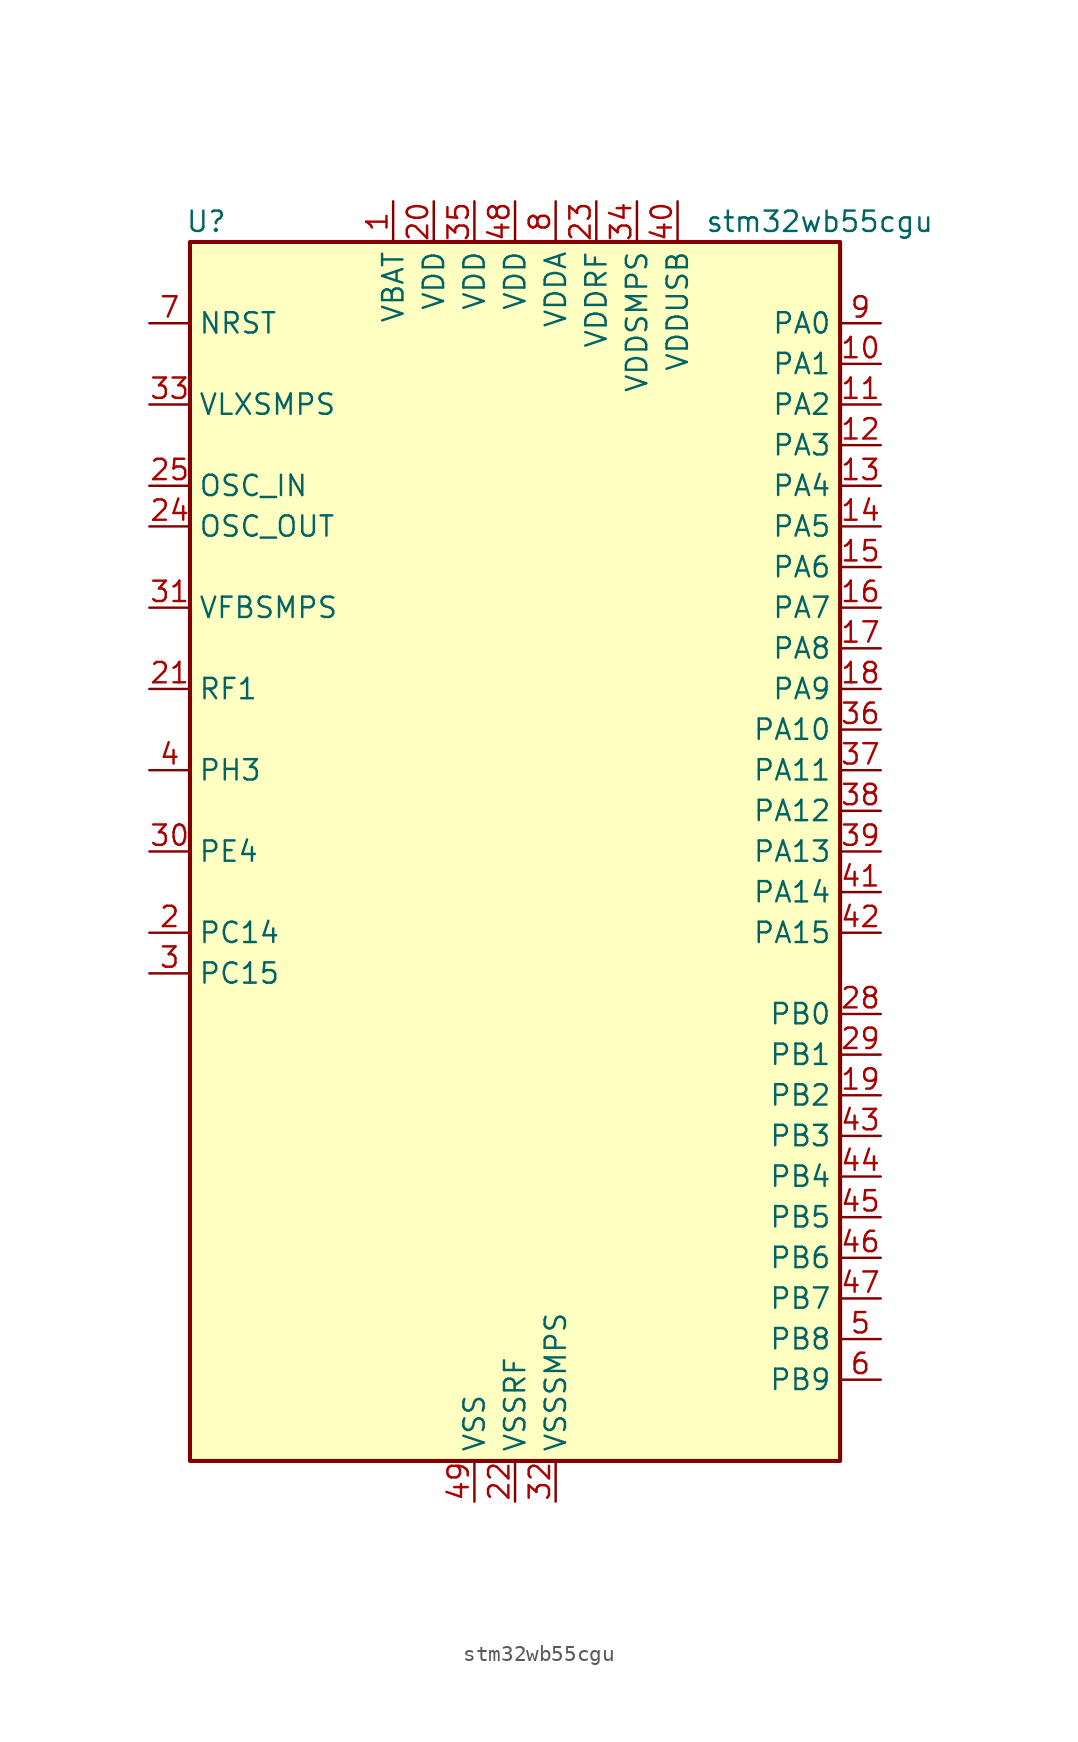
<source format=kicad_sym>
(kicad_symbol_lib
  (version 20241209)
  (generator "kicad_symbol_editor")
  (generator_version "9.0")
  (symbol "stm32wb55cgu"
    (property "Reference" "U"
      (at -19.304 39.37 0)
      (effects (font (size 1.27 1.27))))
    (property "Value" "stm32wb55cgu"
      (at 19.05 39.37 0)
      (effects (font (size 1.27 1.27))))
    (symbol "stm32wb55cgu_0_1"
      (rectangle (start -20.32 38.1) (end 20.32 -38.1) (stroke (width 0.254) (type default)) (fill (type background))))
    (symbol "stm32wb55cgu_1_1"
      (pin input line (at -22.86 33.02 0) (length 2.54) (name "NRST" (effects (font (size 1.27 1.27)))) (number "7" (effects (font (size 1.27 1.27)))))
      (pin power_in line (at -22.86 27.94 0) (length 2.54) (name "VLXSMPS" (effects (font (size 1.27 1.27)))) (number "33" (effects (font (size 1.27 1.27)))))
      (pin input line (at -22.86 22.86 0) (length 2.54) (name "OSC_IN" (effects (font (size 1.27 1.27)))) (number "25" (effects (font (size 1.27 1.27)))) (alternate "RCC_OSC_IN" bidirectional line))
      (pin input line (at -22.86 20.32 0) (length 2.54) (name "OSC_OUT" (effects (font (size 1.27 1.27)))) (number "24" (effects (font (size 1.27 1.27)))) (alternate "RCC_OSC_OUT" bidirectional line))
      (pin input line (at -22.86 15.24 0) (length 2.54) (name "VFBSMPS" (effects (font (size 1.27 1.27)))) (number "31" (effects (font (size 1.27 1.27)))))
      (pin bidirectional line (at -22.86 10.16 0) (length 2.54) (name "RF1" (effects (font (size 1.27 1.27)))) (number "21" (effects (font (size 1.27 1.27)))) (alternate "RF_RF1" bidirectional line))
      (pin bidirectional line (at -22.86 5.08 0) (length 2.54) (name "PH3" (effects (font (size 1.27 1.27)))) (number "4" (effects (font (size 1.27 1.27)))) (alternate "RCC_LSCO" bidirectional line))
      (pin bidirectional line (at -22.86 0 0) (length 2.54) (name "PE4" (effects (font (size 1.27 1.27)))) (number "30" (effects (font (size 1.27 1.27)))))
      (pin bidirectional line (at -22.86 -5.08 0) (length 2.54) (name "PC14" (effects (font (size 1.27 1.27)))) (number "2" (effects (font (size 1.27 1.27)))) (alternate "RCC_OSC32_IN" bidirectional line))
      (pin bidirectional line (at -22.86 -7.62 0) (length 2.54) (name "PC15" (effects (font (size 1.27 1.27)))) (number "3" (effects (font (size 1.27 1.27)))) (alternate "ADC1_EXTI15" bidirectional line) (alternate "RCC_OSC32_OUT" bidirectional line))
      (pin no_connect line (at -22.86 -33.02 0) (length 2.54) (hide yes) (name "AT1" (effects (font (size 1.27 1.27)))) (number "27" (effects (font (size 1.27 1.27)))))
      (pin no_connect line (at -22.86 -35.56 0) (length 2.54) (hide yes) (name "AT0" (effects (font (size 1.27 1.27)))) (number "26" (effects (font (size 1.27 1.27)))))
      (pin power_in line (at -7.62 40.64 270) (length 2.54) (name "VBAT" (effects (font (size 1.27 1.27)))) (number "1" (effects (font (size 1.27 1.27)))))
      (pin power_in line (at -5.08 40.64 270) (length 2.54) (name "VDD" (effects (font (size 1.27 1.27)))) (number "20" (effects (font (size 1.27 1.27)))))
      (pin power_in line (at -2.54 40.64 270) (length 2.54) (name "VDD" (effects (font (size 1.27 1.27)))) (number "35" (effects (font (size 1.27 1.27)))))
      (pin power_in line (at -2.54 -40.64 90) (length 2.54) (name "VSS" (effects (font (size 1.27 1.27)))) (number "49" (effects (font (size 1.27 1.27)))))
      (pin power_in line (at 0 40.64 270) (length 2.54) (name "VDD" (effects (font (size 1.27 1.27)))) (number "48" (effects (font (size 1.27 1.27)))))
      (pin power_in line (at 0 -40.64 90) (length 2.54) (name "VSSRF" (effects (font (size 1.27 1.27)))) (number "22" (effects (font (size 1.27 1.27)))))
      (pin power_in line (at 2.54 40.64 270) (length 2.54) (name "VDDA" (effects (font (size 1.27 1.27)))) (number "8" (effects (font (size 1.27 1.27)))))
      (pin power_in line (at 2.54 -40.64 90) (length 2.54) (name "VSSSMPS" (effects (font (size 1.27 1.27)))) (number "32" (effects (font (size 1.27 1.27)))))
      (pin power_in line (at 5.08 40.64 270) (length 2.54) (name "VDDRF" (effects (font (size 1.27 1.27)))) (number "23" (effects (font (size 1.27 1.27)))))
      (pin power_in line (at 7.62 40.64 270) (length 2.54) (name "VDDSMPS" (effects (font (size 1.27 1.27)))) (number "34" (effects (font (size 1.27 1.27)))))
      (pin power_in line (at 10.16 40.64 270) (length 2.54) (name "VDDUSB" (effects (font (size 1.27 1.27)))) (number "40" (effects (font (size 1.27 1.27)))))
      (pin bidirectional line (at 22.86 33.02 180) (length 2.54) (name "PA0" (effects (font (size 1.27 1.27)))) (number "9" (effects (font (size 1.27 1.27)))) (alternate "ADC1_IN5" bidirectional line) (alternate "COMP1_INM" bidirectional line) (alternate "COMP1_OUT" bidirectional line) (alternate "RTC_TAMP2" bidirectional line) (alternate "SAI1_EXTCLK" bidirectional line) (alternate "SYS_WKUP1" bidirectional line) (alternate "TIM2_CH1" bidirectional line) (alternate "TIM2_ETR" bidirectional line))
      (pin bidirectional line (at 22.86 30.48 180) (length 2.54) (name "PA1" (effects (font (size 1.27 1.27)))) (number "10" (effects (font (size 1.27 1.27)))) (alternate "ADC1_IN6" bidirectional line) (alternate "COMP1_INP" bidirectional line) (alternate "I2C1_SMBA" bidirectional line) (alternate "LCD_SEG0" bidirectional line) (alternate "SPI1_SCK" bidirectional line) (alternate "TIM2_CH2" bidirectional line))
      (pin bidirectional line (at 22.86 27.94 180) (length 2.54) (name "PA2" (effects (font (size 1.27 1.27)))) (number "11" (effects (font (size 1.27 1.27)))) (alternate "ADC1_IN7" bidirectional line) (alternate "COMP2_INM" bidirectional line) (alternate "COMP2_OUT" bidirectional line) (alternate "LCD_SEG1" bidirectional line) (alternate "LPUART1_TX" bidirectional line) (alternate "QUADSPI_BK1_NCS" bidirectional line) (alternate "RCC_LSCO" bidirectional line) (alternate "SYS_WKUP4" bidirectional line) (alternate "TIM2_CH3" bidirectional line))
      (pin bidirectional line (at 22.86 25.4 180) (length 2.54) (name "PA3" (effects (font (size 1.27 1.27)))) (number "12" (effects (font (size 1.27 1.27)))) (alternate "ADC1_IN8" bidirectional line) (alternate "COMP2_INP" bidirectional line) (alternate "LCD_SEG2" bidirectional line) (alternate "LPUART1_RX" bidirectional line) (alternate "QUADSPI_CLK" bidirectional line) (alternate "SAI1_CK1" bidirectional line) (alternate "SAI1_MCLK_A" bidirectional line) (alternate "TIM2_CH4" bidirectional line))
      (pin bidirectional line (at 22.86 22.86 180) (length 2.54) (name "PA4" (effects (font (size 1.27 1.27)))) (number "13" (effects (font (size 1.27 1.27)))) (alternate "ADC1_IN9" bidirectional line) (alternate "COMP1_INM" bidirectional line) (alternate "COMP2_INM" bidirectional line) (alternate "LCD_SEG5" bidirectional line) (alternate "LPTIM2_OUT" bidirectional line) (alternate "SAI1_FS_B" bidirectional line) (alternate "SPI1_NSS" bidirectional line))
      (pin bidirectional line (at 22.86 20.32 180) (length 2.54) (name "PA5" (effects (font (size 1.27 1.27)))) (number "14" (effects (font (size 1.27 1.27)))) (alternate "ADC1_IN10" bidirectional line) (alternate "COMP1_INM" bidirectional line) (alternate "COMP2_INM" bidirectional line) (alternate "LPTIM2_ETR" bidirectional line) (alternate "SAI1_SD_B" bidirectional line) (alternate "SPI1_SCK" bidirectional line) (alternate "TIM2_CH1" bidirectional line) (alternate "TIM2_ETR" bidirectional line))
      (pin bidirectional line (at 22.86 17.78 180) (length 2.54) (name "PA6" (effects (font (size 1.27 1.27)))) (number "15" (effects (font (size 1.27 1.27)))) (alternate "ADC1_IN11" bidirectional line) (alternate "LCD_SEG3" bidirectional line) (alternate "LPUART1_CTS" bidirectional line) (alternate "QUADSPI_BK1_IO3" bidirectional line) (alternate "SPI1_MISO" bidirectional line) (alternate "TIM16_CH1" bidirectional line) (alternate "TIM1_BKIN" bidirectional line))
      (pin bidirectional line (at 22.86 15.24 180) (length 2.54) (name "PA7" (effects (font (size 1.27 1.27)))) (number "16" (effects (font (size 1.27 1.27)))) (alternate "ADC1_IN12" bidirectional line) (alternate "COMP2_OUT" bidirectional line) (alternate "I2C3_SCL" bidirectional line) (alternate "LCD_SEG4" bidirectional line) (alternate "QUADSPI_BK1_IO2" bidirectional line) (alternate "SPI1_MOSI" bidirectional line) (alternate "TIM17_CH1" bidirectional line) (alternate "TIM1_CH1N" bidirectional line))
      (pin bidirectional line (at 22.86 12.7 180) (length 2.54) (name "PA8" (effects (font (size 1.27 1.27)))) (number "17" (effects (font (size 1.27 1.27)))) (alternate "ADC1_IN15" bidirectional line) (alternate "LCD_COM0" bidirectional line) (alternate "LPTIM2_OUT" bidirectional line) (alternate "RCC_MCO" bidirectional line) (alternate "SAI1_CK2" bidirectional line) (alternate "SAI1_SCK_A" bidirectional line) (alternate "TIM1_CH1" bidirectional line) (alternate "USART1_CK" bidirectional line))
      (pin bidirectional line (at 22.86 10.16 180) (length 2.54) (name "PA9" (effects (font (size 1.27 1.27)))) (number "18" (effects (font (size 1.27 1.27)))) (alternate "ADC1_IN16" bidirectional line) (alternate "COMP1_INM" bidirectional line) (alternate "I2C1_SCL" bidirectional line) (alternate "LCD_COM1" bidirectional line) (alternate "SAI1_D2" bidirectional line) (alternate "SAI1_FS_A" bidirectional line) (alternate "TIM1_CH2" bidirectional line) (alternate "USART1_TX" bidirectional line))
      (pin bidirectional line (at 22.86 7.62 180) (length 2.54) (name "PA10" (effects (font (size 1.27 1.27)))) (number "36" (effects (font (size 1.27 1.27)))) (alternate "CRS_SYNC" bidirectional line) (alternate "I2C1_SDA" bidirectional line) (alternate "LCD_COM2" bidirectional line) (alternate "SAI1_D1" bidirectional line) (alternate "SAI1_SD_A" bidirectional line) (alternate "TIM17_BKIN" bidirectional line) (alternate "TIM1_CH3" bidirectional line) (alternate "USART1_RX" bidirectional line))
      (pin bidirectional line (at 22.86 5.08 180) (length 2.54) (name "PA11" (effects (font (size 1.27 1.27)))) (number "37" (effects (font (size 1.27 1.27)))) (alternate "ADC1_EXTI11" bidirectional line) (alternate "SPI1_MISO" bidirectional line) (alternate "TIM1_BKIN2" bidirectional line) (alternate "TIM1_CH4" bidirectional line) (alternate "USART1_CTS" bidirectional line) (alternate "USART1_NSS" bidirectional line) (alternate "USB_DM" bidirectional line))
      (pin bidirectional line (at 22.86 2.54 180) (length 2.54) (name "PA12" (effects (font (size 1.27 1.27)))) (number "38" (effects (font (size 1.27 1.27)))) (alternate "LPUART1_RX" bidirectional line) (alternate "SPI1_MOSI" bidirectional line) (alternate "TIM1_ETR" bidirectional line) (alternate "USART1_DE" bidirectional line) (alternate "USART1_RTS" bidirectional line) (alternate "USB_DP" bidirectional line))
      (pin bidirectional line (at 22.86 0 180) (length 2.54) (name "PA13" (effects (font (size 1.27 1.27)))) (number "39" (effects (font (size 1.27 1.27)))) (alternate "IR_OUT" bidirectional line) (alternate "SAI1_SD_B" bidirectional line) (alternate "SYS_JTMS-SWDIO" bidirectional line) (alternate "USB_NOE" bidirectional line))
      (pin bidirectional line (at 22.86 -2.54 180) (length 2.54) (name "PA14" (effects (font (size 1.27 1.27)))) (number "41" (effects (font (size 1.27 1.27)))) (alternate "I2C1_SMBA" bidirectional line) (alternate "LCD_SEG5" bidirectional line) (alternate "LPTIM1_OUT" bidirectional line) (alternate "SAI1_FS_B" bidirectional line) (alternate "SYS_JTCK-SWCLK" bidirectional line))
      (pin bidirectional line (at 22.86 -5.08 180) (length 2.54) (name "PA15" (effects (font (size 1.27 1.27)))) (number "42" (effects (font (size 1.27 1.27)))) (alternate "ADC1_EXTI15" bidirectional line) (alternate "LCD_SEG17" bidirectional line) (alternate "RCC_MCO" bidirectional line) (alternate "SPI1_NSS" bidirectional line) (alternate "SYS_JTDI" bidirectional line) (alternate "TIM2_CH1" bidirectional line) (alternate "TIM2_ETR" bidirectional line))
      (pin bidirectional line (at 22.86 -10.16 180) (length 2.54) (name "PB0" (effects (font (size 1.27 1.27)))) (number "28" (effects (font (size 1.27 1.27)))) (alternate "COMP1_OUT" bidirectional line) (alternate "RF_TX_MOD_EXT_PA" bidirectional line))
      (pin bidirectional line (at 22.86 -12.7 180) (length 2.54) (name "PB1" (effects (font (size 1.27 1.27)))) (number "29" (effects (font (size 1.27 1.27)))) (alternate "LPTIM2_IN1" bidirectional line) (alternate "LPUART1_DE" bidirectional line) (alternate "LPUART1_RTS" bidirectional line))
      (pin bidirectional line (at 22.86 -15.24 180) (length 2.54) (name "PB2" (effects (font (size 1.27 1.27)))) (number "19" (effects (font (size 1.27 1.27)))) (alternate "COMP1_INP" bidirectional line) (alternate "I2C3_SMBA" bidirectional line) (alternate "LCD_VLCD" bidirectional line) (alternate "LPTIM1_OUT" bidirectional line) (alternate "RTC_OUT2" bidirectional line) (alternate "SAI1_EXTCLK" bidirectional line) (alternate "SPI1_NSS" bidirectional line))
      (pin bidirectional line (at 22.86 -17.78 180) (length 2.54) (name "PB3" (effects (font (size 1.27 1.27)))) (number "43" (effects (font (size 1.27 1.27)))) (alternate "COMP2_INM" bidirectional line) (alternate "LCD_SEG7" bidirectional line) (alternate "SAI1_SCK_B" bidirectional line) (alternate "SPI1_SCK" bidirectional line) (alternate "SYS_JTDO-SWO" bidirectional line) (alternate "TIM2_CH2" bidirectional line) (alternate "USART1_DE" bidirectional line) (alternate "USART1_RTS" bidirectional line))
      (pin bidirectional line (at 22.86 -20.32 180) (length 2.54) (name "PB4" (effects (font (size 1.27 1.27)))) (number "44" (effects (font (size 1.27 1.27)))) (alternate "COMP2_INP" bidirectional line) (alternate "I2C3_SDA" bidirectional line) (alternate "LCD_SEG8" bidirectional line) (alternate "SAI1_MCLK_B" bidirectional line) (alternate "SPI1_MISO" bidirectional line) (alternate "SYS_JTRST" bidirectional line) (alternate "TIM17_BKIN" bidirectional line) (alternate "USART1_CTS" bidirectional line) (alternate "USART1_NSS" bidirectional line))
      (pin bidirectional line (at 22.86 -22.86 180) (length 2.54) (name "PB5" (effects (font (size 1.27 1.27)))) (number "45" (effects (font (size 1.27 1.27)))) (alternate "COMP2_OUT" bidirectional line) (alternate "I2C1_SMBA" bidirectional line) (alternate "LCD_SEG9" bidirectional line) (alternate "LPTIM1_IN1" bidirectional line) (alternate "LPUART1_TX" bidirectional line) (alternate "SAI1_SD_B" bidirectional line) (alternate "SPI1_MOSI" bidirectional line) (alternate "TIM16_BKIN" bidirectional line) (alternate "USART1_CK" bidirectional line))
      (pin bidirectional line (at 22.86 -25.4 180) (length 2.54) (name "PB6" (effects (font (size 1.27 1.27)))) (number "46" (effects (font (size 1.27 1.27)))) (alternate "COMP2_INP" bidirectional line) (alternate "I2C1_SCL" bidirectional line) (alternate "LCD_SEG6" bidirectional line) (alternate "LPTIM1_ETR" bidirectional line) (alternate "RCC_MCO" bidirectional line) (alternate "SAI1_FS_B" bidirectional line) (alternate "TIM16_CH1N" bidirectional line) (alternate "USART1_TX" bidirectional line))
      (pin bidirectional line (at 22.86 -27.94 180) (length 2.54) (name "PB7" (effects (font (size 1.27 1.27)))) (number "47" (effects (font (size 1.27 1.27)))) (alternate "COMP2_INM" bidirectional line) (alternate "I2C1_SDA" bidirectional line) (alternate "LCD_SEG21" bidirectional line) (alternate "LPTIM1_IN2" bidirectional line) (alternate "SYS_PVD_IN" bidirectional line) (alternate "TIM17_CH1N" bidirectional line) (alternate "TIM1_BKIN" bidirectional line) (alternate "USART1_RX" bidirectional line))
      (pin bidirectional line (at 22.86 -30.48 180) (length 2.54) (name "PB8" (effects (font (size 1.27 1.27)))) (number "5" (effects (font (size 1.27 1.27)))) (alternate "I2C1_SCL" bidirectional line) (alternate "LCD_SEG16" bidirectional line) (alternate "QUADSPI_BK1_IO1" bidirectional line) (alternate "SAI1_CK1" bidirectional line) (alternate "SAI1_MCLK_A" bidirectional line) (alternate "TIM16_CH1" bidirectional line) (alternate "TIM1_CH2N" bidirectional line))
      (pin bidirectional line (at 22.86 -33.02 180) (length 2.54) (name "PB9" (effects (font (size 1.27 1.27)))) (number "6" (effects (font (size 1.27 1.27)))) (alternate "I2C1_SDA" bidirectional line) (alternate "IR_OUT" bidirectional line) (alternate "LCD_COM3" bidirectional line) (alternate "QUADSPI_BK1_IO0" bidirectional line) (alternate "SAI1_D2" bidirectional line) (alternate "SAI1_FS_A" bidirectional line) (alternate "TIM17_CH1" bidirectional line) (alternate "TIM1_CH3N" bidirectional line)))))
</source>
